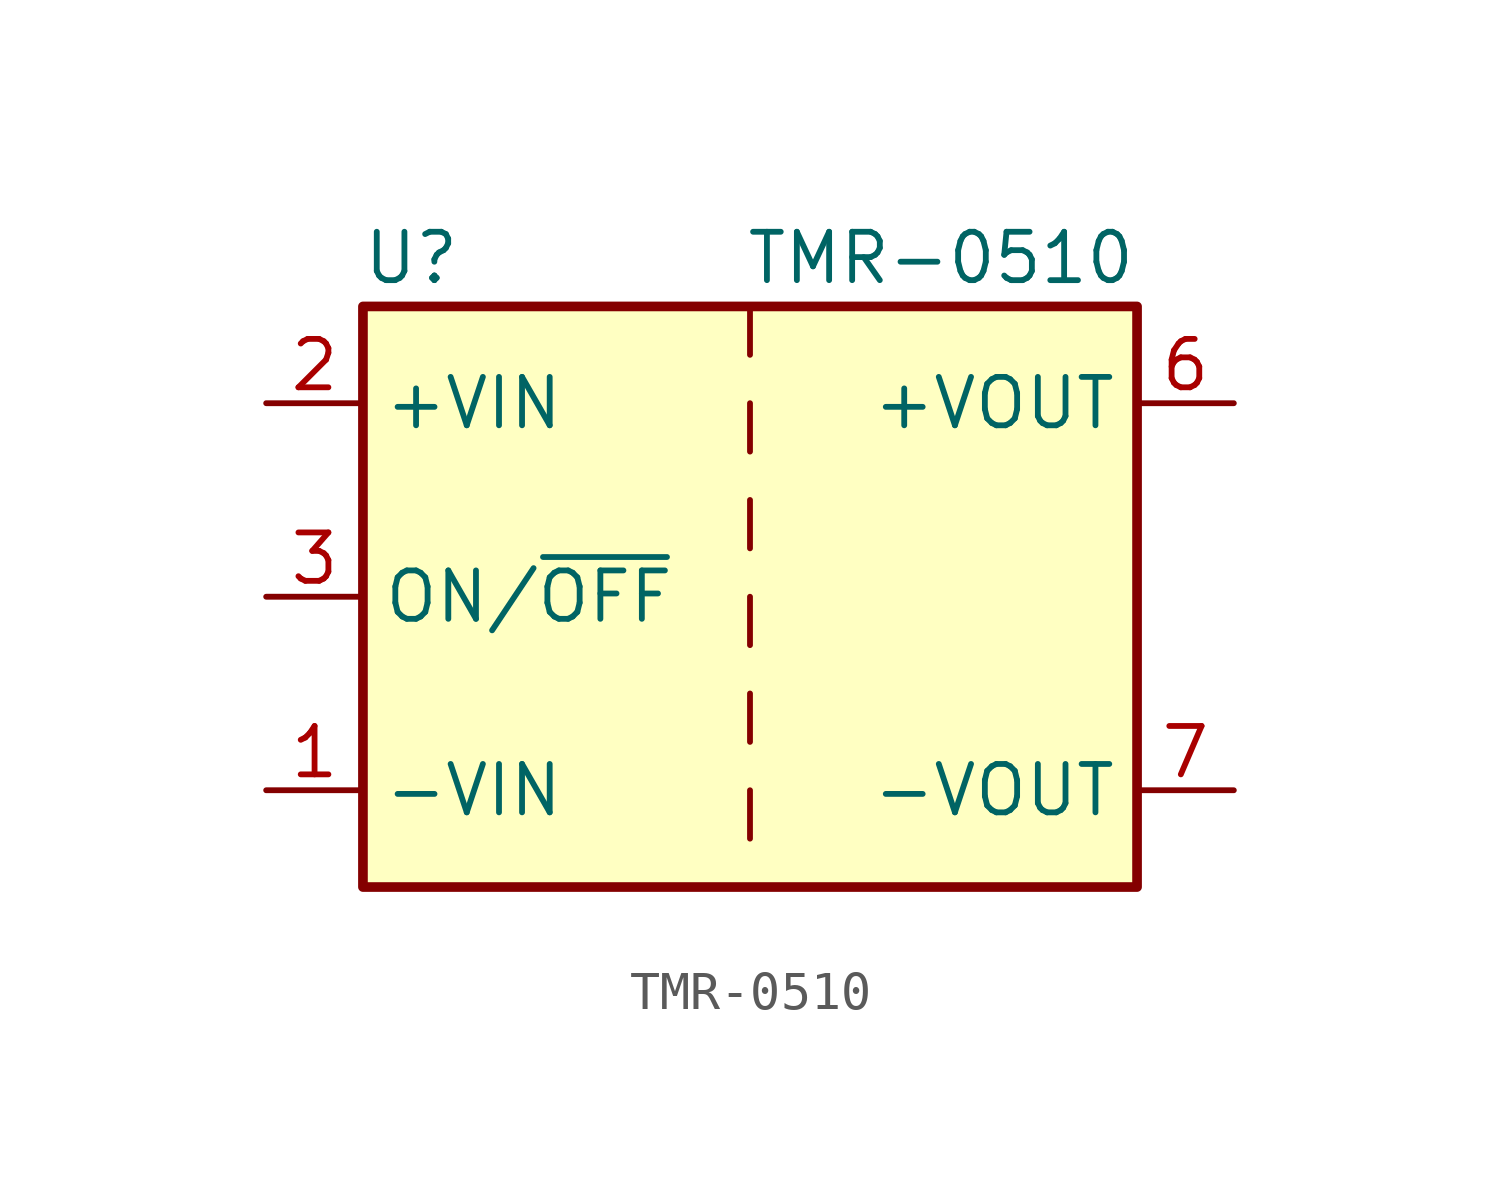
<source format=kicad_sym>
(kicad_symbol_lib
  (version 20241209)
  (generator "kicad_symbol_editor")
  (generator_version "9.0")
  (symbol "TMR-0510"
    (property "Reference" "U"
      (at -8.89 8.89 0)
      (effects (font (size 1.27 1.27))))
    (property "Value" "TMR-0510"
      (at 10.16 8.89 0)
      (effects (font (size 1.27 1.27)) (justify right)))
    (symbol "TMR-0510_0_1"
      (rectangle (start -10.16 7.62) (end 10.16 -7.62) (stroke (width 0.254) (type default)) (fill (type background)))
      (polyline (pts (xy 0 7.62) (xy 0 6.35)) (stroke (width 0) (type default)) (fill (type none)))
      (polyline (pts (xy 0 5.08) (xy 0 3.81)) (stroke (width 0) (type default)) (fill (type none)))
      (polyline (pts (xy 0 2.54) (xy 0 1.27)) (stroke (width 0) (type default)) (fill (type none)))
      (polyline (pts (xy 0 0) (xy 0 -1.27)) (stroke (width 0) (type default)) (fill (type none)))
      (polyline (pts (xy 0 -2.54) (xy 0 -3.81)) (stroke (width 0) (type default)) (fill (type none)))
      (polyline (pts (xy 0 -5.08) (xy 0 -6.35)) (stroke (width 0) (type default)) (fill (type none))))
    (symbol "TMR-0510_1_1"
      (pin power_in line (at -12.7 5.08 0) (length 2.54) (name "+VIN" (effects (font (size 1.27 1.27)))) (number "2" (effects (font (size 1.27 1.27)))))
      (pin input line (at -12.7 0 0) (length 2.54) (name "ON/~{OFF}" (effects (font (size 1.27 1.27)))) (number "3" (effects (font (size 1.27 1.27)))))
      (pin power_in line (at -12.7 -5.08 0) (length 2.54) (name "-VIN" (effects (font (size 1.27 1.27)))) (number "1" (effects (font (size 1.27 1.27)))))
      (pin no_connect line (at 10.16 2.54 180) (length 2.54) (hide yes) (name "NC" (effects (font (size 1.27 1.27)))) (number "5" (effects (font (size 1.27 1.27)))))
      (pin no_connect line (at 10.16 0 180) (length 2.54) (hide yes) (name "NC" (effects (font (size 1.27 1.27)))) (number "8" (effects (font (size 1.27 1.27)))))
      (pin power_out line (at 12.7 5.08 180) (length 2.54) (name "+VOUT" (effects (font (size 1.27 1.27)))) (number "6" (effects (font (size 1.27 1.27)))))
      (pin power_out line (at 12.7 -5.08 180) (length 2.54) (name "-VOUT" (effects (font (size 1.27 1.27)))) (number "7" (effects (font (size 1.27 1.27))))))))
</source>
